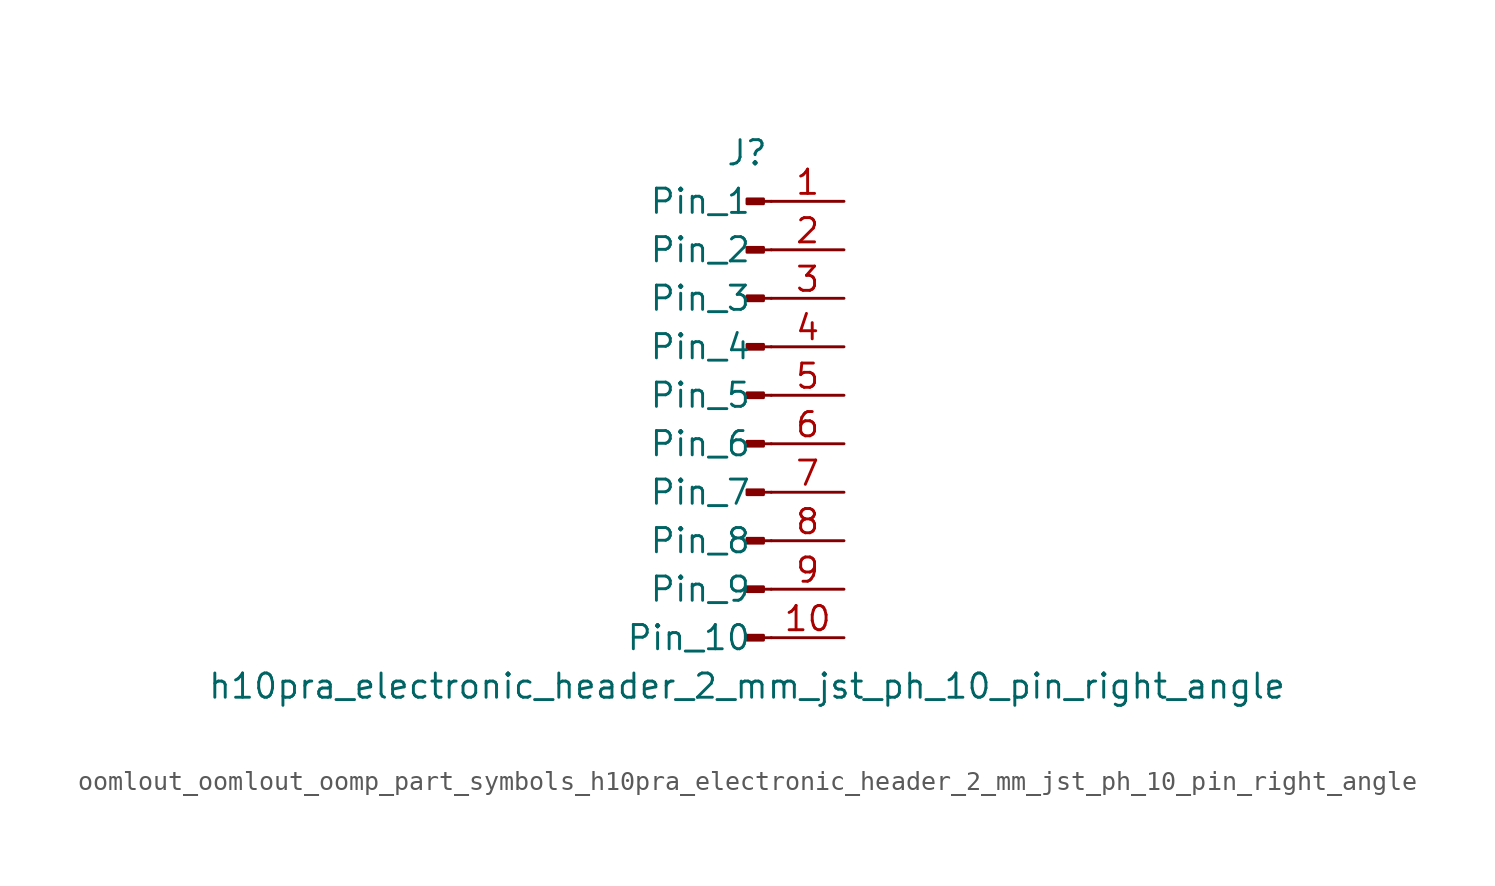
<source format=kicad_sym>
(kicad_symbol_lib
  (version 20220914)
  (generator kicad_symbol_editor)
  (symbol "oomlout_oomlout_oomp_part_symbols_h10pra_electronic_header_2_mm_jst_ph_10_pin_right_angle"
    (pin_names
      (offset 1.016))
    (property "Reference" "J"
      (at 0 12.7 0)
      (effects (font (size 1.27 1.27))))
    (property "Value" "h10pra_electronic_header_2_mm_jst_ph_10_pin_right_angle"
      (at 0 -15.24 0)
      (effects (font (size 1.27 1.27))))
    (property "ki_locked" ""
      (at 0 0 0)
      (effects (font (size 1.27 1.27))))
    (symbol "oomlout_oomlout_oomp_part_symbols_h10pra_electronic_header_2_mm_jst_ph_10_pin_right_angle_1_1"
      (polyline (pts (xy 1.27 -12.7) (xy 0.864 -12.7)) (stroke (width 0.152) (type default)) (fill (type none)))
      (polyline (pts (xy 1.27 -10.16) (xy 0.864 -10.16)) (stroke (width 0.152) (type default)) (fill (type none)))
      (polyline (pts (xy 1.27 -7.62) (xy 0.864 -7.62)) (stroke (width 0.152) (type default)) (fill (type none)))
      (polyline (pts (xy 1.27 -5.08) (xy 0.864 -5.08)) (stroke (width 0.152) (type default)) (fill (type none)))
      (polyline (pts (xy 1.27 -2.54) (xy 0.864 -2.54)) (stroke (width 0.152) (type default)) (fill (type none)))
      (polyline (pts (xy 1.27 0) (xy 0.864 0)) (stroke (width 0.152) (type default)) (fill (type none)))
      (polyline (pts (xy 1.27 2.54) (xy 0.864 2.54)) (stroke (width 0.152) (type default)) (fill (type none)))
      (polyline (pts (xy 1.27 5.08) (xy 0.864 5.08)) (stroke (width 0.152) (type default)) (fill (type none)))
      (polyline (pts (xy 1.27 7.62) (xy 0.864 7.62)) (stroke (width 0.152) (type default)) (fill (type none)))
      (polyline (pts (xy 1.27 10.16) (xy 0.864 10.16)) (stroke (width 0.152) (type default)) (fill (type none)))
      (rectangle (start 0.864 -12.573) (end 0 -12.827) (stroke (width 0.152) (type default)) (fill (type outline)))
      (rectangle (start 0.864 -10.033) (end 0 -10.287) (stroke (width 0.152) (type default)) (fill (type outline)))
      (rectangle (start 0.864 -7.493) (end 0 -7.747) (stroke (width 0.152) (type default)) (fill (type outline)))
      (rectangle (start 0.864 -4.953) (end 0 -5.207) (stroke (width 0.152) (type default)) (fill (type outline)))
      (rectangle (start 0.864 -2.413) (end 0 -2.667) (stroke (width 0.152) (type default)) (fill (type outline)))
      (rectangle (start 0.864 0.127) (end 0 -0.127) (stroke (width 0.152) (type default)) (fill (type outline)))
      (rectangle (start 0.864 2.667) (end 0 2.413) (stroke (width 0.152) (type default)) (fill (type outline)))
      (rectangle (start 0.864 5.207) (end 0 4.953) (stroke (width 0.152) (type default)) (fill (type outline)))
      (rectangle (start 0.864 7.747) (end 0 7.493) (stroke (width 0.152) (type default)) (fill (type outline)))
      (rectangle (start 0.864 10.287) (end 0 10.033) (stroke (width 0.152) (type default)) (fill (type outline)))
      (pin passive line (at 5.08 10.16 180) (length 3.81) (name "Pin_1" (effects (font (size 1.27 1.27)))) (number "1" (effects (font (size 1.27 1.27)))))
      (pin passive line (at 5.08 -12.7 180) (length 3.81) (name "Pin_10" (effects (font (size 1.27 1.27)))) (number "10" (effects (font (size 1.27 1.27)))))
      (pin passive line (at 5.08 7.62 180) (length 3.81) (name "Pin_2" (effects (font (size 1.27 1.27)))) (number "2" (effects (font (size 1.27 1.27)))))
      (pin passive line (at 5.08 5.08 180) (length 3.81) (name "Pin_3" (effects (font (size 1.27 1.27)))) (number "3" (effects (font (size 1.27 1.27)))))
      (pin passive line (at 5.08 2.54 180) (length 3.81) (name "Pin_4" (effects (font (size 1.27 1.27)))) (number "4" (effects (font (size 1.27 1.27)))))
      (pin passive line (at 5.08 0 180) (length 3.81) (name "Pin_5" (effects (font (size 1.27 1.27)))) (number "5" (effects (font (size 1.27 1.27)))))
      (pin passive line (at 5.08 -2.54 180) (length 3.81) (name "Pin_6" (effects (font (size 1.27 1.27)))) (number "6" (effects (font (size 1.27 1.27)))))
      (pin passive line (at 5.08 -5.08 180) (length 3.81) (name "Pin_7" (effects (font (size 1.27 1.27)))) (number "7" (effects (font (size 1.27 1.27)))))
      (pin passive line (at 5.08 -7.62 180) (length 3.81) (name "Pin_8" (effects (font (size 1.27 1.27)))) (number "8" (effects (font (size 1.27 1.27)))))
      (pin passive line (at 5.08 -10.16 180) (length 3.81) (name "Pin_9" (effects (font (size 1.27 1.27)))) (number "9" (effects (font (size 1.27 1.27))))))))
</source>
